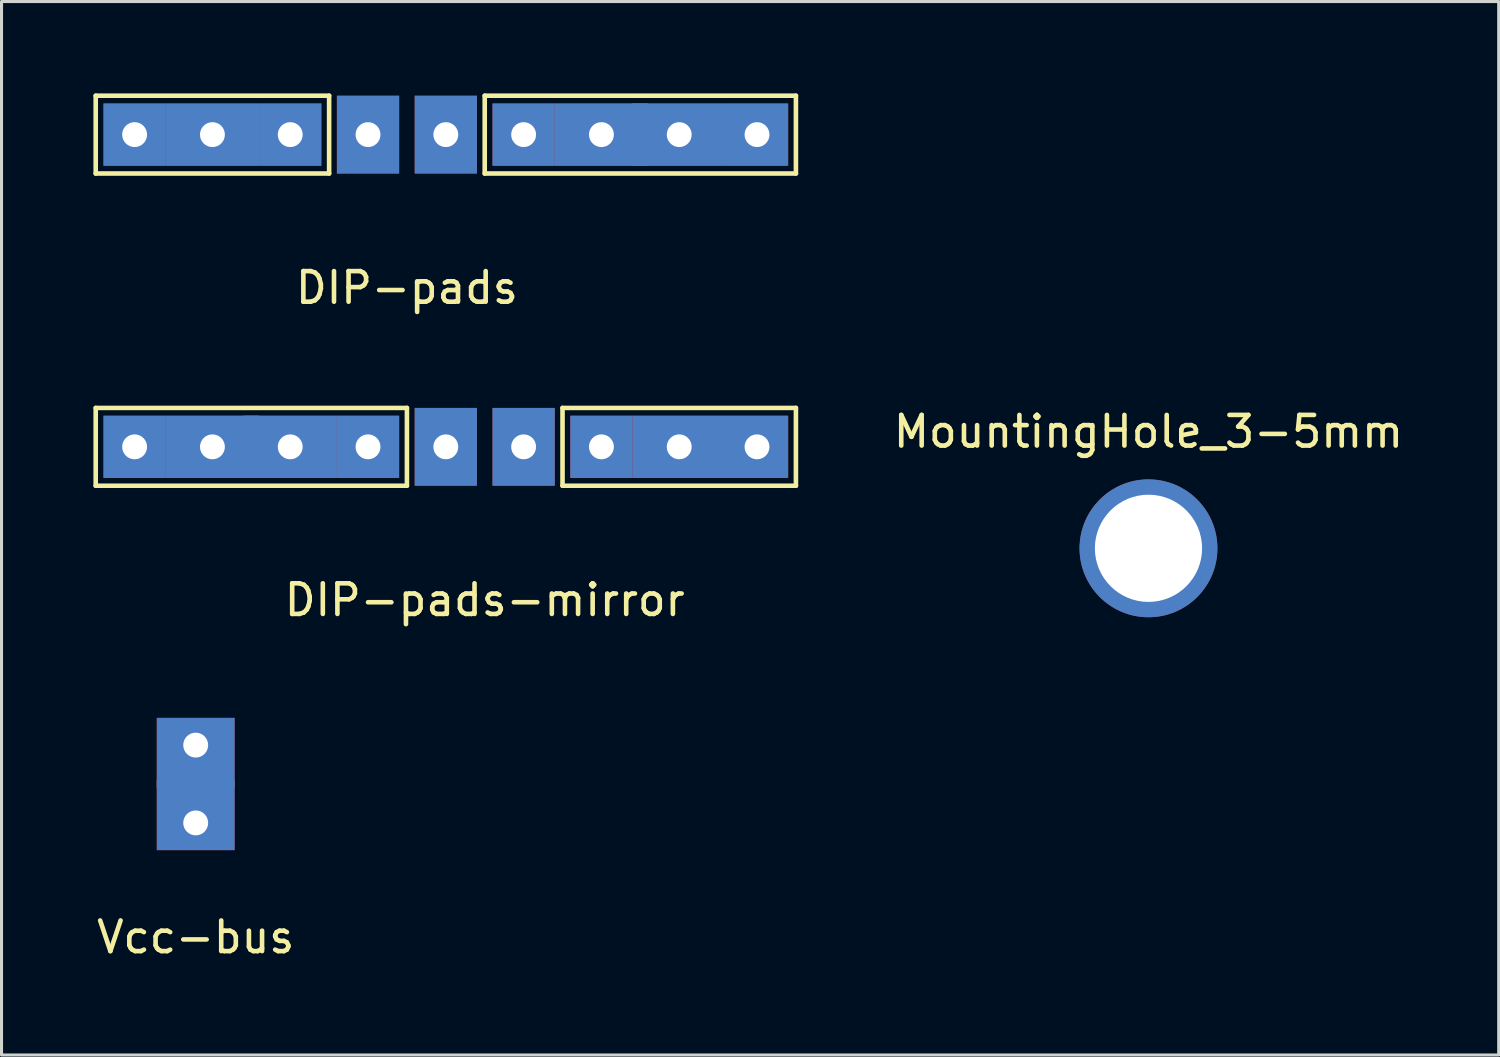
<source format=kicad_pcb>
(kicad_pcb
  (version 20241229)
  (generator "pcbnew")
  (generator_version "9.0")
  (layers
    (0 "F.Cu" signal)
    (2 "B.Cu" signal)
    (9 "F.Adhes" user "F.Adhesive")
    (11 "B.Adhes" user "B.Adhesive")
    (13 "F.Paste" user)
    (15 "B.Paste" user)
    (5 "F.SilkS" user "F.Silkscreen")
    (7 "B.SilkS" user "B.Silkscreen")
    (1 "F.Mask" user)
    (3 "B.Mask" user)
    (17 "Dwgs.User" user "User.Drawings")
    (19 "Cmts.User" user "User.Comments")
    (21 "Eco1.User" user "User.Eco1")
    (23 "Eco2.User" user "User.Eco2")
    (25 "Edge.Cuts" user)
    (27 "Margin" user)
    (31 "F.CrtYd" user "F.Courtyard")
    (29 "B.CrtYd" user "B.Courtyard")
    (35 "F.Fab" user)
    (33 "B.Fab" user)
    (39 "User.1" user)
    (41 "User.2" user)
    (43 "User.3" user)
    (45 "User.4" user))
  (footprint "DIP-pads-mirror"
    (layer "F.Cu")
    (at 12.775 11.538)
    (property "Reference" "DIP-pads-mirror" (at 0 5 0) (layer "F.SilkS") (effects (font (size 1 1) (thickness 0.15))))
    (attr through_hole)
    (fp_line (start -12.7 -1.27) (end -12.7 1.27) (stroke (width 0.15) (type solid)) (layer "F.SilkS"))
    (fp_line (start -12.7 1.27) (end -2.54 1.27) (stroke (width 0.15) (type solid)) (layer "F.SilkS"))
    (fp_line (start -2.54 -1.27) (end -12.7 -1.27) (stroke (width 0.15) (type solid)) (layer "F.SilkS"))
    (fp_line (start -2.54 1.27) (end -2.54 -1.27) (stroke (width 0.15) (type solid)) (layer "F.SilkS"))
    (fp_line (start 2.54 -1.27) (end 10.16 -1.27) (stroke (width 0.15) (type solid)) (layer "F.SilkS"))
    (fp_line (start 2.54 1.27) (end 2.54 -1.27) (stroke (width 0.15) (type solid)) (layer "F.SilkS"))
    (fp_line (start 10.16 -1.27) (end 10.16 1.27) (stroke (width 0.15) (type solid)) (layer "F.SilkS"))
    (fp_line (start 10.16 1.27) (end 2.54 1.27) (stroke (width 0.15) (type solid)) (layer "F.SilkS"))
    (pad "1" thru_hole rect (at -11.43 0) (size 2.032 2.032) (drill 0.813) (layers "B.Cu" "B.Mask"))
    (pad "2" thru_hole rect (at -8.89 0) (size 3.048 2.032) (drill 0.813) (layers "B.Cu" "B.Mask"))
    (pad "3" thru_hole rect (at -6.35 0) (size 3.048 2.032) (drill 0.813) (layers "B.Cu" "B.Mask"))
    (pad "4" thru_hole rect (at -3.81 0) (size 2.032 2.032) (drill 0.813) (layers "B.Cu" "B.Mask"))
    (pad "5" thru_hole rect (at 3.81 0) (size 2.032 2.032) (drill 0.813) (layers "B.Cu" "B.Mask"))
    (pad "6" thru_hole rect (at 6.35 0) (size 3.048 2.032) (drill 0.813) (layers "B.Cu" "B.Mask"))
    (pad "7" thru_hole rect (at 8.89 0) (size 2.032 2.032) (drill 0.813) (layers "B.Cu" "B.Mask"))
    (pad "Gnd" thru_hole rect (at 1.27 0) (size 2.032 2.54) (drill 0.813) (layers "*.Cu" "*.Mask"))
    (pad "Vcc" thru_hole rect (at -1.27 0) (size 2.032 2.54) (drill 0.813) (layers "B.Cu" "B.Mask")))
  (footprint "MountingHole_3-5mm"
    (layer "F.Cu")
    (at 34.445 14.851)
    (property "Reference" "MountingHole_3-5mm" (at 0 -3.81 0) (layer "F.SilkS") (effects (font (size 1 1) (thickness 0.15))))
    (attr through_hole)
    (pad "" np_thru_hole circle (at 0 0) (size 4.501 4.501) (drill 3.5) (layers "*.Cu")))
  (footprint "Vcc-bus"
    (layer "F.Cu")
    (at 3.339 22.546)
    (property "Reference" "Vcc-bus" (at 0 5 0) (layer "F.SilkS") (effects (font (size 1 1) (thickness 0.15))))
    (attr through_hole)
    (pad "Vcc" thru_hole rect (at 0 -1.27) (size 2.54 2.286) (drill 0.813 (offset 0 0.254)) (layers "B.Cu" "B.Mask"))
    (pad "Vcc" thru_hole rect (at 0 1.27) (size 2.54 2.286) (drill 0.813 (offset 0 -0.254)) (layers "B.Cu" "B.Mask")))
  (footprint "DIP-pads"
    (layer "F.Cu")
    (at 10.235 1.345)
    (property "Reference" "DIP-pads" (at 0 5 0) (layer "F.SilkS") (effects (font (size 1 1) (thickness 0.15))))
    (attr through_hole)
    (fp_line (start -10.16 -1.27) (end -2.54 -1.27) (stroke (width 0.15) (type solid)) (layer "F.SilkS"))
    (fp_line (start -10.16 1.27) (end -10.16 -1.27) (stroke (width 0.15) (type solid)) (layer "F.SilkS"))
    (fp_line (start -2.54 -1.27) (end -2.54 1.27) (stroke (width 0.15) (type solid)) (layer "F.SilkS"))
    (fp_line (start -2.54 1.27) (end -10.16 1.27) (stroke (width 0.15) (type solid)) (layer "F.SilkS"))
    (fp_line (start 2.54 -1.27) (end 2.54 1.27) (stroke (width 0.15) (type solid)) (layer "F.SilkS"))
    (fp_line (start 2.54 1.27) (end 12.7 1.27) (stroke (width 0.15) (type solid)) (layer "F.SilkS"))
    (fp_line (start 12.7 -1.27) (end 2.54 -1.27) (stroke (width 0.15) (type solid)) (layer "F.SilkS"))
    (fp_line (start 12.7 1.27) (end 12.7 -1.27) (stroke (width 0.15) (type solid)) (layer "F.SilkS"))
    (pad "1" thru_hole rect (at -8.89 0) (size 2.032 2.032) (drill 0.813) (layers "B.Cu" "B.Mask"))
    (pad "2" thru_hole rect (at -6.35 0) (size 3.048 2.032) (drill 0.813) (layers "B.Cu" "B.Mask"))
    (pad "3" thru_hole rect (at -3.81 0) (size 2.032 2.032) (drill 0.813) (layers "B.Cu" "B.Mask"))
    (pad "4" thru_hole rect (at 3.81 0) (size 2.032 2.032) (drill 0.813) (layers "B.Cu" "B.Mask"))
    (pad "5" thru_hole rect (at 6.35 0) (size 3.048 2.032) (drill 0.813) (layers "B.Cu" "B.Mask"))
    (pad "6" thru_hole rect (at 8.89 0) (size 3.048 2.032) (drill 0.813) (layers "B.Cu" "B.Mask"))
    (pad "7" thru_hole rect (at 11.43 0) (size 2.032 2.032) (drill 0.813) (layers "B.Cu" "B.Mask"))
    (pad "Gnd" thru_hole rect (at 1.27 0) (size 2.032 2.54) (drill 0.813) (layers "*.Cu" "*.Mask"))
    (pad "Vcc" thru_hole rect (at -1.27 0) (size 2.032 2.54) (drill 0.813) (layers "B.Cu" "B.Mask")))
  (gr_rect
    (start -3 -3)
    (end 45.879 31.394)
    (stroke (width 0.1) (type default))
    (fill no)
    (layer "Edge.Cuts")))
</source>
